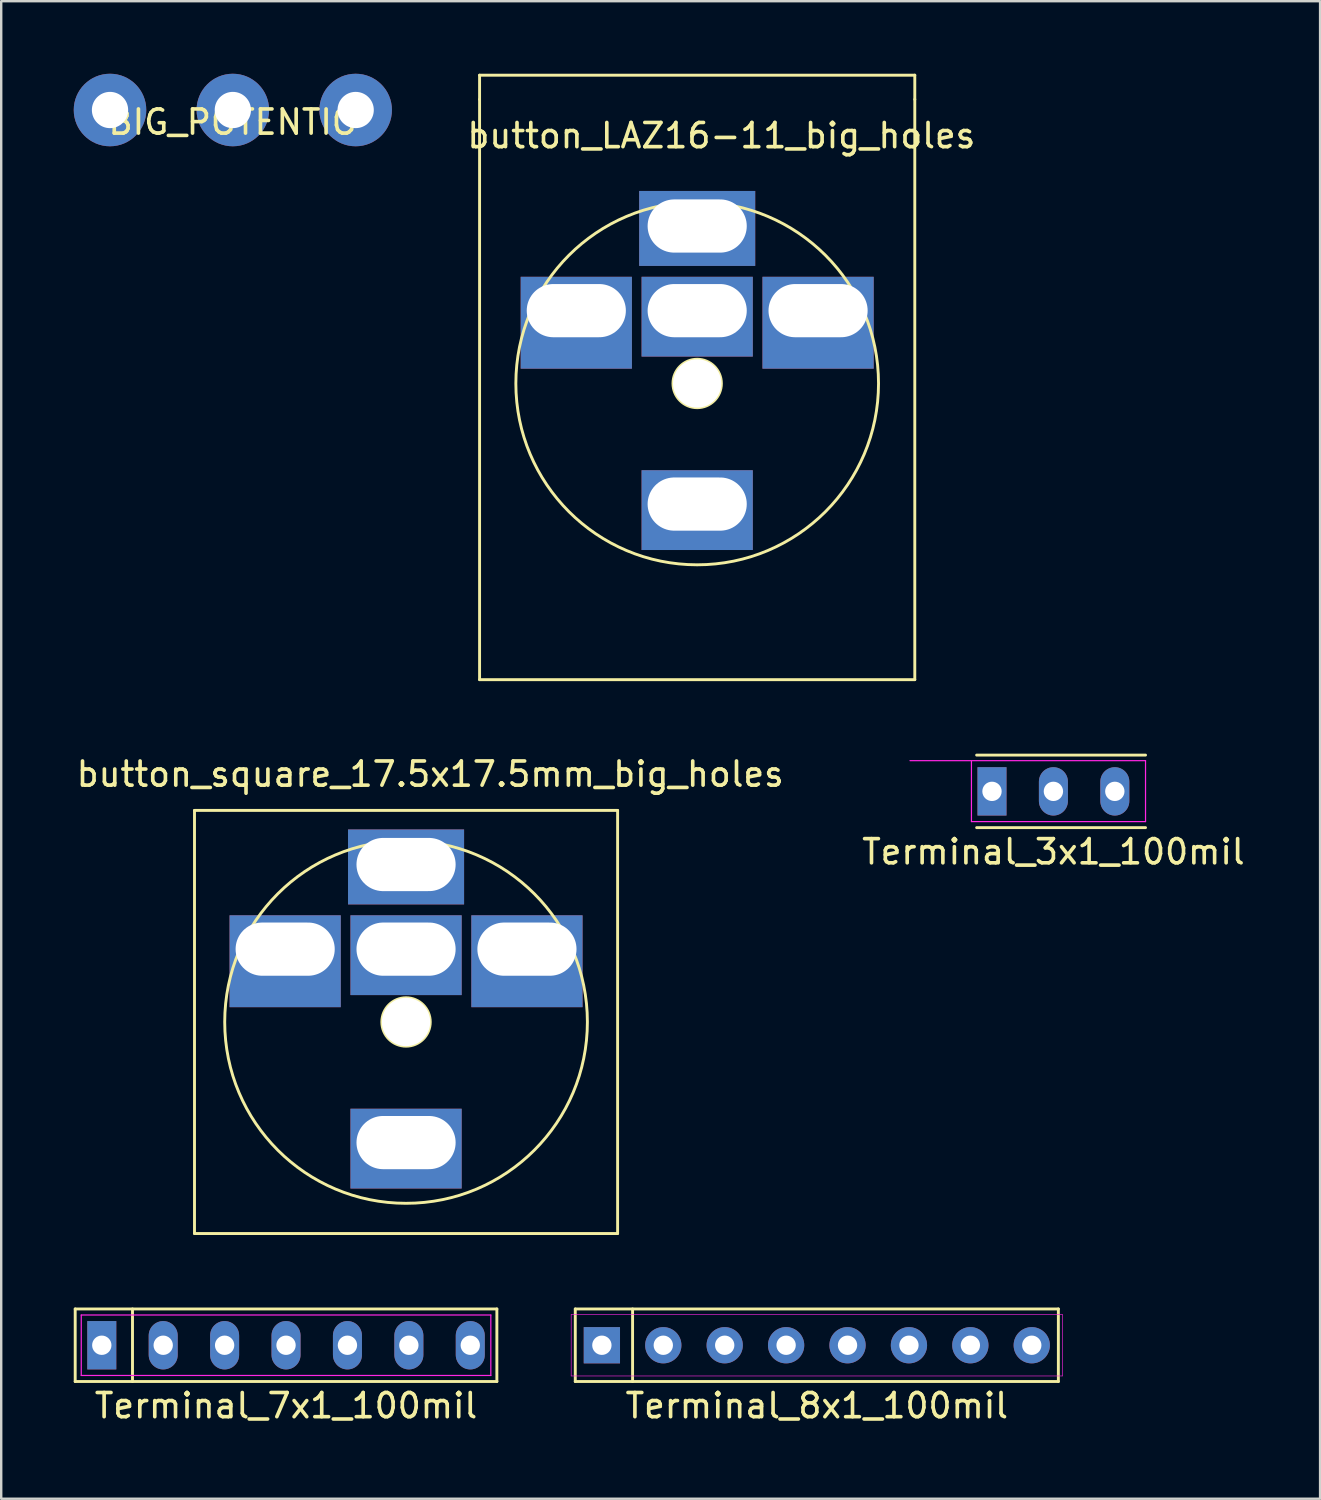
<source format=kicad_pcb>
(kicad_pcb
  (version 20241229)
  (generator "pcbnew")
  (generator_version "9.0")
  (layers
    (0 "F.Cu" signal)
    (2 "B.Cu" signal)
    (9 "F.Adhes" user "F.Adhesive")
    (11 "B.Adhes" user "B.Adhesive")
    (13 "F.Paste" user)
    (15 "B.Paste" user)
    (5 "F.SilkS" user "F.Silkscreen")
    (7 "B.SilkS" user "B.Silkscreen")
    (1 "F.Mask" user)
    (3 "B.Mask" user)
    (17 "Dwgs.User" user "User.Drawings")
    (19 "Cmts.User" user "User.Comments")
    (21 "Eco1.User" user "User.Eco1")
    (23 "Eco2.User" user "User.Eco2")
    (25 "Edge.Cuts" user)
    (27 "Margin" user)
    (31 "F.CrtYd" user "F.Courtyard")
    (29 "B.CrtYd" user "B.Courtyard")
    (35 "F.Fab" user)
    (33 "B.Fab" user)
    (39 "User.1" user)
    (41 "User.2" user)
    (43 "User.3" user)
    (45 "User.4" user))
  (footprint "button_LAZ16-11_big_holes"
    (layer "F.Cu")
    (at 25.785 10.56)
    (property "Reference" "button_LAZ16-11_big_holes" (at 1 -8 0) (layer "F.SilkS") (effects (font (size 1 1) (thickness 0.15))))
    (attr through_hole)
    (fp_line (start -9 -10.5) (end -9 -9.5) (stroke (width 0.12) (type solid)) (layer "F.SilkS"))
    (fp_line (start -9 -10.5) (end 9 -10.5) (stroke (width 0.12) (type solid)) (layer "F.SilkS"))
    (fp_line (start -9 14.5) (end -9 -9.5) (stroke (width 0.12) (type solid)) (layer "F.SilkS"))
    (fp_line (start 9 -10.5) (end 9 -9.5) (stroke (width 0.12) (type solid)) (layer "F.SilkS"))
    (fp_line (start 9 -9.5) (end 9 14.5) (stroke (width 0.12) (type solid)) (layer "F.SilkS"))
    (fp_line (start 9 14.5) (end -9 14.5) (stroke (width 0.12) (type solid)) (layer "F.SilkS"))
    (fp_circle (center 0 2.25) (end 1 2.3) (stroke (width 0.12) (type solid)) (fill no) (layer "F.SilkS"))
    (fp_circle (center 0 2.25) (end 7.5 2.25) (stroke (width 0.12) (type solid)) (fill no) (layer "F.SilkS"))
    (pad "" np_thru_hole circle (at 0 2.25) (size 2 2) (drill 2) (layers "*.Cu" "*.Mask"))
    (pad "1" thru_hole rect (at 0 -0.762) (size 4.6 3.3) (drill oval 4.1 2.2 (offset 0 0.25)) (layers "*.Cu" "*.Mask"))
    (pad "2" thru_hole rect (at -5 -0.762) (size 4.6 3.8) (drill oval 4.1 2.2 (offset 0 0.5)) (layers "*.Cu" "*.Mask"))
    (pad "3" thru_hole rect (at 5 -0.762) (size 4.6 3.8) (drill oval 4.1 2.2 (offset 0 0.5)) (layers "*.Cu" "*.Mask"))
    (pad "4" thru_hole rect (at 0 -4.262) (size 4.8 3.1) (drill oval 4.1 2.2 (offset 0 0.1)) (layers "*.Cu" "*.Mask"))
    (pad "5" thru_hole rect (at 0 7.238) (size 4.6 3.3) (drill oval 4.1 2.2 (offset 0 0.25)) (layers "*.Cu" "*.Mask")))
  (footprint "button_square_17.5x17.5mm_big_holes"
    (layer "F.Cu")
    (at 13.744 36.968)
    (property "Reference" "button_square_17.5x17.5mm_big_holes" (at 1 -8 0) (layer "F.SilkS") (effects (font (size 1 1) (thickness 0.15))))
    (attr through_hole)
    (fp_line (start -8.75 -6.5) (end 8.75 -6.5) (stroke (width 0.12) (type solid)) (layer "F.SilkS"))
    (fp_line (start -8.75 11) (end -8.75 -6.5) (stroke (width 0.12) (type solid)) (layer "F.SilkS"))
    (fp_line (start 8.75 -6.5) (end 8.75 11) (stroke (width 0.12) (type solid)) (layer "F.SilkS"))
    (fp_line (start 8.75 11) (end -8.75 11) (stroke (width 0.12) (type solid)) (layer "F.SilkS"))
    (fp_circle (center 0 2.25) (end 1 2.3) (stroke (width 0.12) (type solid)) (fill no) (layer "F.SilkS"))
    (fp_circle (center 0 2.25) (end 7.5 2.25) (stroke (width 0.12) (type solid)) (fill no) (layer "F.SilkS"))
    (pad "" np_thru_hole circle (at 0 2.25) (size 2 2) (drill 2) (layers "*.Cu" "*.Mask"))
    (pad "1" thru_hole rect (at 0 -0.762) (size 4.6 3.3) (drill oval 4.1 2.2 (offset 0 0.25)) (layers "*.Cu" "*.Mask"))
    (pad "2" thru_hole rect (at -5 -0.762) (size 4.6 3.8) (drill oval 4.1 2.2 (offset 0 0.5)) (layers "*.Cu" "*.Mask"))
    (pad "3" thru_hole rect (at 5 -0.762) (size 4.6 3.8) (drill oval 4.1 2.2 (offset 0 0.5)) (layers "*.Cu" "*.Mask"))
    (pad "4" thru_hole rect (at 0 -4.262) (size 4.8 3.1) (drill oval 4.1 2.2 (offset 0 0.1)) (layers "*.Cu" "*.Mask"))
    (pad "5" thru_hole rect (at 0 7.238) (size 4.6 3.3) (drill oval 4.1 2.2 (offset 0 0.25)) (layers "*.Cu" "*.Mask")))
  (footprint "Terminal_3x1_100mil"
    (layer "F.Cu")
    (at 40.518 29.68)
    (property "Reference" "Terminal_3x1_100mil" (at 0 2.5 0) (layer "F.SilkS") (effects (font (size 1 1) (thickness 0.15))))
    (attr through_hole)
    (fp_line (start -3.175 -1.5) (end 3.81 -1.5) (stroke (width 0.12) (type solid)) (layer "F.SilkS"))
    (fp_line (start 3.81 1.5) (end -3.175 1.5) (stroke (width 0.12) (type solid)) (layer "F.SilkS"))
    (fp_line (start -5.93 -1.27) (end 3.81 -1.27) (stroke (width 0.05) (type solid)) (layer "F.CrtYd"))
    (fp_line (start -3.39 1.25) (end -3.39 -1.25) (stroke (width 0.05) (type solid)) (layer "F.CrtYd"))
    (fp_line (start 3.81 1.25) (end -3.39 1.25) (stroke (width 0.05) (type solid)) (layer "F.CrtYd"))
    (fp_line (start 3.81 1.25) (end 3.81 -1.27) (stroke (width 0.05) (type solid)) (layer "F.CrtYd"))
    (pad "1" thru_hole rect (at -2.54 0) (size 1.2 2) (drill 0.8) (layers "*.Cu" "*.Mask"))
    (pad "2" thru_hole oval (at 0 0) (size 1.2 2) (drill 0.8) (layers "*.Cu" "*.Mask"))
    (pad "3" thru_hole oval (at 2.54 0) (size 1.2 2) (drill 0.8) (layers "*.Cu" "*.Mask")))
  (footprint "Terminal_7x1_100mil"
    (layer "F.Cu")
    (at 8.78 52.588)
    (property "Reference" "Terminal_7x1_100mil" (at 0 2.5 0) (layer "F.SilkS") (effects (font (size 1 1) (thickness 0.15))))
    (attr through_hole)
    (fp_line (start -8.72 -1.5) (end 8.72 -1.5) (stroke (width 0.12) (type solid)) (layer "F.SilkS"))
    (fp_line (start -8.72 1.5) (end -8.72 -1.5) (stroke (width 0.12) (type solid)) (layer "F.SilkS"))
    (fp_line (start -6.35 -1.5) (end -6.35 1.5) (stroke (width 0.12) (type solid)) (layer "F.SilkS"))
    (fp_line (start 8.72 -1.5) (end 8.72 1.5) (stroke (width 0.12) (type solid)) (layer "F.SilkS"))
    (fp_line (start 8.72 1.5) (end -8.72 1.5) (stroke (width 0.12) (type solid)) (layer "F.SilkS"))
    (fp_line (start -8.47 -1.25) (end 8.47 -1.25) (stroke (width 0.05) (type solid)) (layer "F.CrtYd"))
    (fp_line (start -8.47 1.25) (end -8.47 -1.25) (stroke (width 0.05) (type solid)) (layer "F.CrtYd"))
    (fp_line (start 8.47 -1.25) (end 8.47 1.25) (stroke (width 0.05) (type solid)) (layer "F.CrtYd"))
    (fp_line (start 8.47 1.25) (end -8.47 1.25) (stroke (width 0.05) (type solid)) (layer "F.CrtYd"))
    (pad "1" thru_hole rect (at -7.62 0) (size 1.2 2) (drill 0.8) (layers "*.Cu" "*.Mask"))
    (pad "2" thru_hole oval (at -5.08 0) (size 1.2 2) (drill 0.8) (layers "*.Cu" "*.Mask"))
    (pad "3" thru_hole oval (at -2.54 0) (size 1.2 2) (drill 0.8) (layers "*.Cu" "*.Mask"))
    (pad "4" thru_hole oval (at 0 0) (size 1.2 2) (drill 0.8) (layers "*.Cu" "*.Mask"))
    (pad "5" thru_hole oval (at 2.54 0) (size 1.2 2) (drill 0.8) (layers "*.Cu" "*.Mask"))
    (pad "6" thru_hole oval (at 5.08 0) (size 1.2 2) (drill 0.8) (layers "*.Cu" "*.Mask"))
    (pad "7" thru_hole oval (at 7.62 0) (size 1.2 2) (drill 0.8) (layers "*.Cu" "*.Mask")))
  (footprint "Terminal_8x1_100mil"
    (layer "F.Cu")
    (at 30.733 52.588)
    (property "Reference" "Terminal_8x1_100mil" (at 0 2.5 0) (layer "F.SilkS") (effects (font (size 1 1) (thickness 0.15))))
    (attr through_hole)
    (fp_line (start -9.99 -1.5) (end 9.99 -1.5) (stroke (width 0.12) (type solid)) (layer "F.SilkS"))
    (fp_line (start -9.99 1.5) (end -9.99 -1.5) (stroke (width 0.12) (type solid)) (layer "F.SilkS"))
    (fp_line (start -7.62 -1.5) (end -7.62 1.5) (stroke (width 0.12) (type solid)) (layer "F.SilkS"))
    (fp_line (start 9.99 -1.5) (end 9.99 1.5) (stroke (width 0.12) (type solid)) (layer "F.SilkS"))
    (fp_line (start 9.99 1.5) (end -9.99 1.5) (stroke (width 0.12) (type solid)) (layer "F.SilkS"))
    (fp_line (start -10.16 -1.27) (end 10.16 -1.27) (stroke (width 0.025) (type solid)) (layer "F.CrtYd"))
    (fp_line (start -10.16 1.27) (end -10.16 -1.27) (stroke (width 0.025) (type solid)) (layer "F.CrtYd"))
    (fp_line (start 10.16 -1.27) (end 10.16 1.27) (stroke (width 0.025) (type solid)) (layer "F.CrtYd"))
    (fp_line (start 10.16 1.27) (end -10.16 1.27) (stroke (width 0.025) (type solid)) (layer "F.CrtYd"))
    (pad "1" thru_hole rect (at -8.89 0) (size 1.5 1.5) (drill 0.8) (layers "*.Cu" "*.Mask"))
    (pad "2" thru_hole circle (at -6.35 0) (size 1.5 1.5) (drill 0.8) (layers "*.Cu" "*.Mask"))
    (pad "3" thru_hole circle (at -3.81 0) (size 1.5 1.5) (drill 0.8) (layers "*.Cu" "*.Mask"))
    (pad "4" thru_hole circle (at -1.27 0) (size 1.5 1.5) (drill 0.8) (layers "*.Cu" "*.Mask"))
    (pad "5" thru_hole circle (at 1.27 0) (size 1.5 1.5) (drill 0.8) (layers "*.Cu" "*.Mask"))
    (pad "6" thru_hole circle (at 3.81 0) (size 1.5 1.5) (drill 0.8) (layers "*.Cu" "*.Mask"))
    (pad "7" thru_hole circle (at 6.35 0) (size 1.5 1.5) (drill 0.8) (layers "*.Cu" "*.Mask"))
    (pad "8" thru_hole circle (at 8.89 0) (size 1.5 1.5) (drill 0.8) (layers "*.Cu" "*.Mask")))
  (footprint "BIG_POTENTIO"
    (layer "F.Cu")
    (at 6.58 1.5)
    (property "Reference" "BIG_POTENTIO" (at 0 0.5 0) (layer "F.SilkS") (effects (font (size 1 1) (thickness 0.15))))
    (attr through_hole)
    (pad "1" thru_hole circle (at -5.08 0) (size 3 3) (drill 1.5) (layers "*.Cu" "*.Mask"))
    (pad "2" thru_hole circle (at 0 0) (size 3 3) (drill 1.5) (layers "*.Cu" "*.Mask"))
    (pad "3" thru_hole circle (at 5.08 0) (size 3 3) (drill 1.5) (layers "*.Cu" "*.Mask")))
  (gr_rect
    (start -3 -3)
    (end 51.548 58.937)
    (stroke (width 0.1) (type default))
    (fill no)
    (layer "Edge.Cuts")))
</source>
